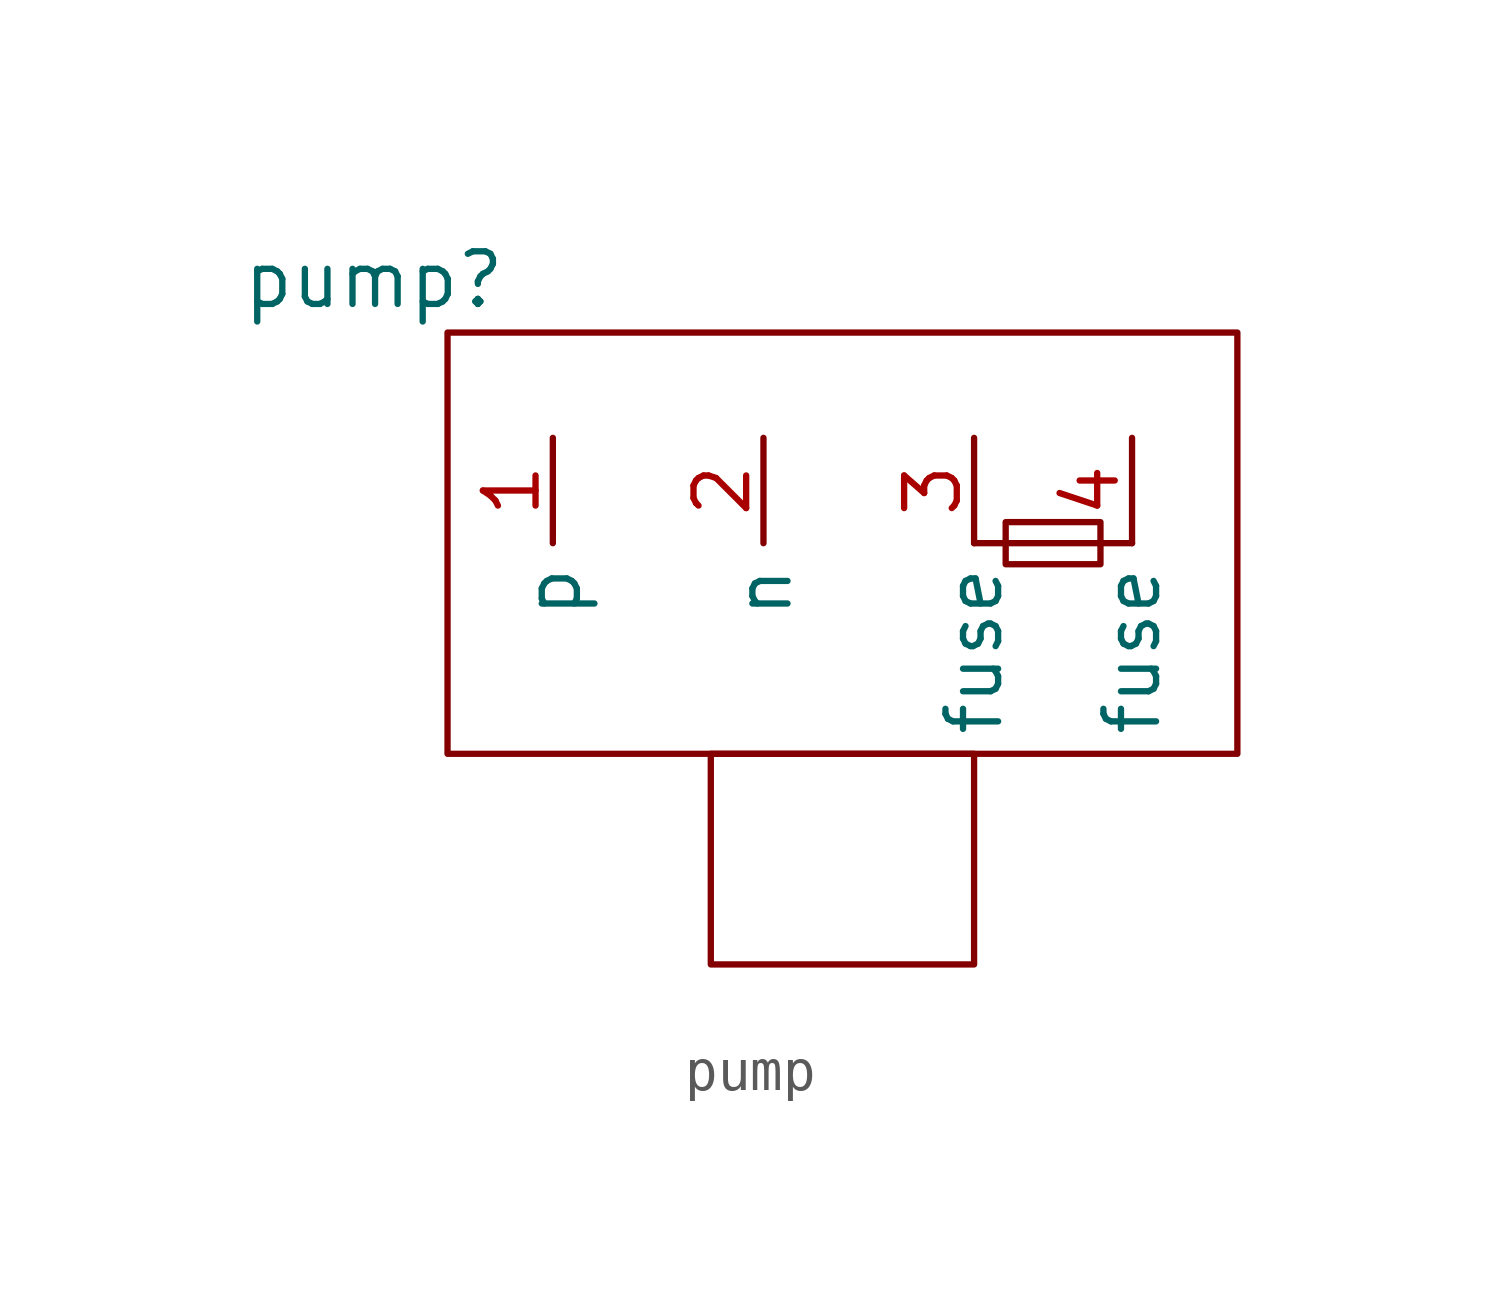
<source format=kicad_sym>
(kicad_symbol_lib
  (version 20241209)
  (generator "kicad_symbol_editor")
  (generator_version "9.0")
  (symbol "pump"
    (property "Reference" "pump"
      (at -1.778 1.27 0)
      (effects (font (size 1.27 1.27))))
    (property "Value" ""
      (at 0 0 0)
      (effects (font (size 1.27 1.27))))
    (symbol "pump_0_1"
      (rectangle (start 0 0) (end 19.05 -10.16) (stroke (width 0) (type default)) (fill (type none)))
      (rectangle (start 6.35 -10.16) (end 12.7 -15.24) (stroke (width 0) (type default)) (fill (type none)))
      (polyline (pts (xy 12.7 -5.08) (xy 16.51 -5.08)) (stroke (width 0) (type default)) (fill (type none)))
      (polyline (pts (xy 13.462 -4.572) (xy 13.462 -5.588) (xy 15.748 -5.588) (xy 15.748 -4.572) (xy 13.462 -4.572)) (stroke (width 0) (type default)) (fill (type none))))
    (symbol "pump_1_1"
      (pin passive line (at 2.54 -2.54 270) (length 2.54) (name "p" (effects (font (size 1.27 1.27)))) (number "1" (effects (font (size 1.27 1.27)))))
      (pin passive line (at 7.62 -2.54 270) (length 2.54) (name "n" (effects (font (size 1.27 1.27)))) (number "2" (effects (font (size 1.27 1.27)))))
      (pin passive line (at 12.7 -2.54 270) (length 2.54) (name "fuse" (effects (font (size 1.27 1.27)))) (number "3" (effects (font (size 1.27 1.27)))))
      (pin passive line (at 16.51 -2.54 270) (length 2.54) (name "fuse" (effects (font (size 1.27 1.27)))) (number "4" (effects (font (size 1.27 1.27))))))))
</source>
